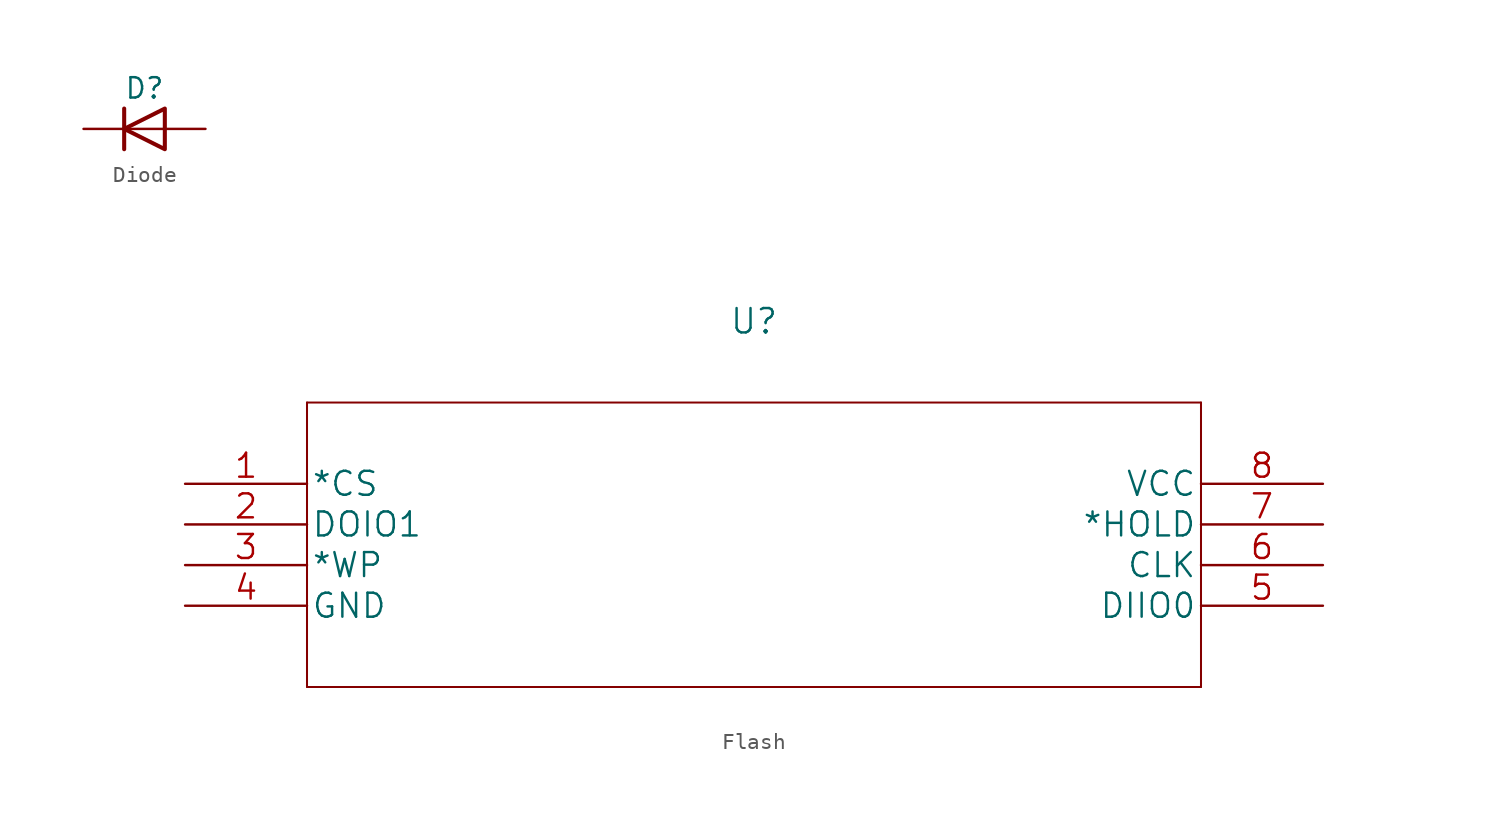
<source format=kicad_sym>
(kicad_symbol_lib
  (version 20211014)
  (generator kicad_symbol_editor)
  (symbol "Diode"
    (pin_numbers hide)
    (pin_names
      (offset 1.016) hide)
    (property "Reference" "D"
      (at 0 2.54 0)
      (effects (font (size 1.27 1.27))))
    (symbol "Diode_0_1"
      (polyline (pts (xy -1.27 1.27) (xy -1.27 -1.27)) (stroke (width 0.254) (type default) (color 0 0 0 0)) (fill (type none)))
      (polyline (pts (xy 1.27 0) (xy -1.27 0)) (stroke (width 0) (type default) (color 0 0 0 0)) (fill (type none)))
      (polyline (pts (xy 1.27 1.27) (xy 1.27 -1.27) (xy -1.27 0) (xy 1.27 1.27)) (stroke (width 0.254) (type default) (color 0 0 0 0)) (fill (type none))))
    (symbol "Diode_1_1"
      (pin passive line (at -3.81 0 0) (length 2.54) (name "K" (effects (font (size 1.27 1.27)))) (number "1" (effects (font (size 1.27 1.27)))))
      (pin passive line (at 3.81 0 180) (length 2.54) (name "A" (effects (font (size 1.27 1.27)))) (number "2" (effects (font (size 1.27 1.27)))))))
  (symbol "Flash"
    (pin_names
      (offset 0.254))
    (property "Reference" "U"
      (at 35.56 10.16 0)
      (effects (font (size 1.524 1.524))))
    (property "Datasheet" ""
      (at 0 0 0)
      (effects (font (size 1.524 1.524))))
    (property "ki_locked" ""
      (at 0 0 0)
      (effects (font (size 1.27 1.27))))
    (symbol "Flash_1_1"
      (polyline (pts (xy 7.62 -12.7) (xy 63.5 -12.7)) (stroke (width 0.127) (type default) (color 0 0 0 0)) (fill (type none)))
      (polyline (pts (xy 7.62 5.08) (xy 7.62 -12.7)) (stroke (width 0.127) (type default) (color 0 0 0 0)) (fill (type none)))
      (polyline (pts (xy 63.5 -12.7) (xy 63.5 5.08)) (stroke (width 0.127) (type default) (color 0 0 0 0)) (fill (type none)))
      (polyline (pts (xy 63.5 5.08) (xy 7.62 5.08)) (stroke (width 0.127) (type default) (color 0 0 0 0)) (fill (type none)))
      (pin input line (at 0 0 0) (length 7.62) (name "*CS" (effects (font (size 1.499 1.499)))) (number "1" (effects (font (size 1.499 1.499)))))
      (pin bidirectional line (at 0 -2.54 0) (length 7.62) (name "DOIO1" (effects (font (size 1.499 1.499)))) (number "2" (effects (font (size 1.499 1.499)))))
      (pin input line (at 0 -5.08 0) (length 7.62) (name "*WP" (effects (font (size 1.499 1.499)))) (number "3" (effects (font (size 1.499 1.499)))))
      (pin power_in line (at 0 -7.62 0) (length 7.62) (name "GND" (effects (font (size 1.499 1.499)))) (number "4" (effects (font (size 1.499 1.499)))))
      (pin bidirectional line (at 71.12 -7.62 180) (length 7.62) (name "DIIO0" (effects (font (size 1.499 1.499)))) (number "5" (effects (font (size 1.499 1.499)))))
      (pin input line (at 71.12 -5.08 180) (length 7.62) (name "CLK" (effects (font (size 1.499 1.499)))) (number "6" (effects (font (size 1.499 1.499)))))
      (pin input line (at 71.12 -2.54 180) (length 7.62) (name "*HOLD" (effects (font (size 1.499 1.499)))) (number "7" (effects (font (size 1.499 1.499)))))
      (pin power_in line (at 71.12 0 180) (length 7.62) (name "VCC" (effects (font (size 1.499 1.499)))) (number "8" (effects (font (size 1.499 1.499))))))))
</source>
